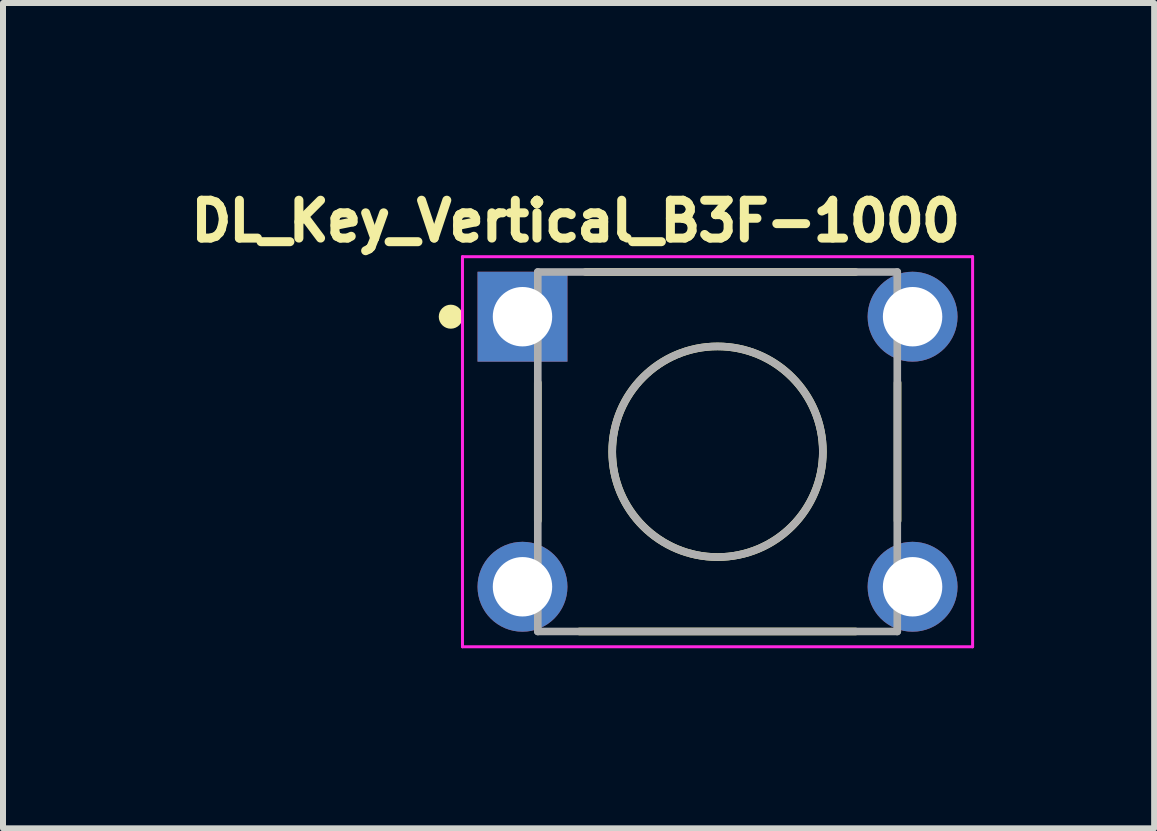
<source format=kicad_pcb>
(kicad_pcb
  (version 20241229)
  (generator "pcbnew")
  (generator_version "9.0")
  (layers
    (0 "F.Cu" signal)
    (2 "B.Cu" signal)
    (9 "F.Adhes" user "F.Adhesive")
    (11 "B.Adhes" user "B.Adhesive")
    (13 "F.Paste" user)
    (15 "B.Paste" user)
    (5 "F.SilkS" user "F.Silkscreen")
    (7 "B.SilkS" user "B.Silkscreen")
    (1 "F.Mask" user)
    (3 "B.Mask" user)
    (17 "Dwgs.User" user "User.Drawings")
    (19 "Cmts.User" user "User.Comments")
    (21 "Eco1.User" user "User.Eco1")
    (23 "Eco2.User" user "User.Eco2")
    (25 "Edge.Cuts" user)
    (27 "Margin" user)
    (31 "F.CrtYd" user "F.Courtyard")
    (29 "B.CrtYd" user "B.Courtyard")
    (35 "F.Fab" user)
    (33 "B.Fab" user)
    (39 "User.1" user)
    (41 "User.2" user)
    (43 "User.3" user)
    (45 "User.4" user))
  (footprint "DL_Key_Vertical_B3F-1000"
    (layer "F.Cu")
    (at 8.906 4.477)
    (property "Reference" "DL_Key_Vertical_B3F-1000" (at -2.363 -3.844 0) (layer "F.SilkS") (effects (font (size 0.631 0.631) (thickness 0.15))))
    (attr through_hole)
    (fp_line (start -2.995 -1.15) (end -2.995 1.15) (stroke (width 0.127) (type solid)) (layer "F.SilkS"))
    (fp_line (start -2.2 -2.995) (end 2.3 -2.995) (stroke (width 0.127) (type solid)) (layer "F.SilkS"))
    (fp_line (start 2.3 2.995) (end -2.3 2.995) (stroke (width 0.127) (type solid)) (layer "F.SilkS"))
    (fp_line (start 3 -1.15) (end 3 1.15) (stroke (width 0.127) (type solid)) (layer "F.SilkS"))
    (fp_circle (center -4.445 -2.25) (end -4.345 -2.25) (stroke (width 0.2) (type solid)) (fill no) (layer "F.SilkS"))
    (fp_circle (center 0 0) (end 1.755 0) (stroke (width 0.127) (type solid)) (fill no) (layer "F.SilkS"))
    (fp_line (start -4.25 -3.25) (end -4.25 3.25) (stroke (width 0.05) (type solid)) (layer "F.CrtYd"))
    (fp_line (start -4.25 3.25) (end 4.25 3.25) (stroke (width 0.05) (type solid)) (layer "F.CrtYd"))
    (fp_line (start 4.25 -3.25) (end -4.25 -3.25) (stroke (width 0.05) (type solid)) (layer "F.CrtYd"))
    (fp_line (start 4.25 3.25) (end 4.25 -3.25) (stroke (width 0.05) (type solid)) (layer "F.CrtYd"))
    (fp_line (start -2.995 -2.995) (end -2.995 2.995) (stroke (width 0.127) (type solid)) (layer "F.Fab"))
    (fp_line (start -2.995 2.995) (end 2.995 2.995) (stroke (width 0.127) (type solid)) (layer "F.Fab"))
    (fp_line (start 2.995 -2.995) (end -2.995 -2.995) (stroke (width 0.127) (type solid)) (layer "F.Fab"))
    (fp_line (start 2.995 2.995) (end 2.995 -2.995) (stroke (width 0.127) (type solid)) (layer "F.Fab"))
    (fp_circle (center 0 0) (end 1.755 0) (stroke (width 0.127) (type solid)) (fill no) (layer "F.Fab"))
    (pad "1" thru_hole rect (at -3.25 -2.25) (size 1.498 1.498) (drill 0.99) (layers "*.Cu" "*.Mask"))
    (pad "2" thru_hole circle (at 3.25 -2.25) (size 1.498 1.498) (drill 0.99) (layers "*.Cu" "*.Mask"))
    (pad "3" thru_hole circle (at -3.25 2.25) (size 1.498 1.498) (drill 0.99) (layers "*.Cu" "*.Mask"))
    (pad "4" thru_hole circle (at 3.25 2.25) (size 1.498 1.498) (drill 0.99) (layers "*.Cu" "*.Mask")))
  (gr_rect
    (start -3 -3)
    (end 16.181 10.752)
    (stroke (width 0.1) (type default))
    (fill no)
    (layer "Edge.Cuts")))
</source>
